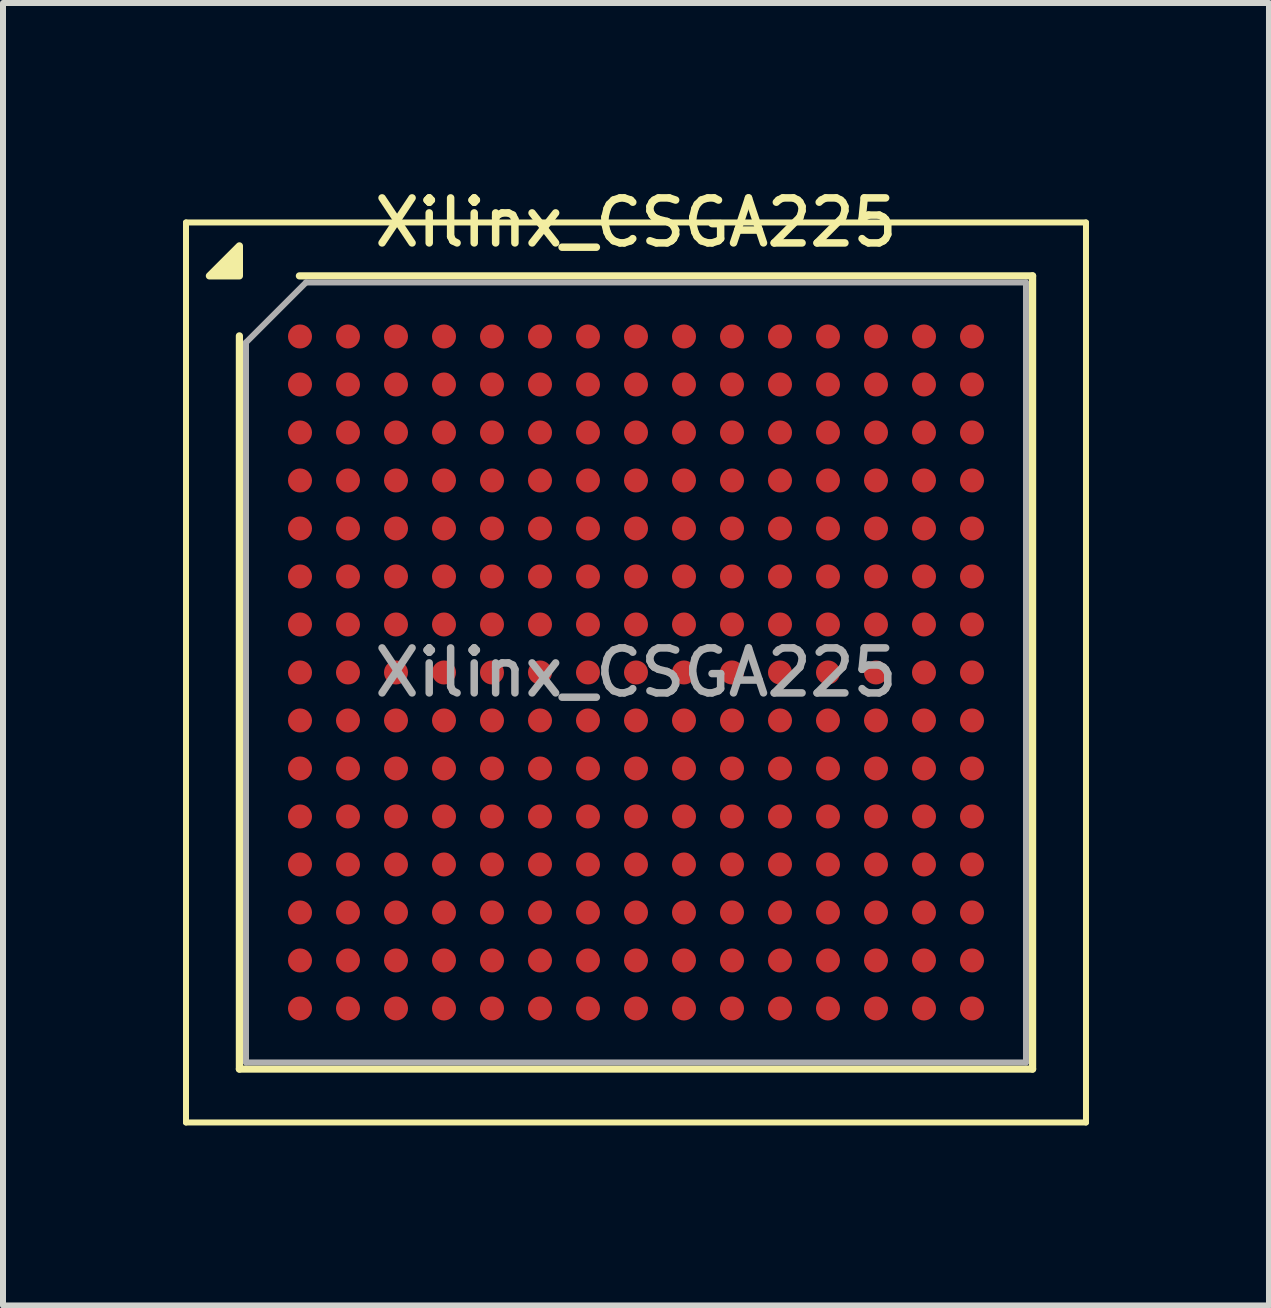
<source format=kicad_pcb>
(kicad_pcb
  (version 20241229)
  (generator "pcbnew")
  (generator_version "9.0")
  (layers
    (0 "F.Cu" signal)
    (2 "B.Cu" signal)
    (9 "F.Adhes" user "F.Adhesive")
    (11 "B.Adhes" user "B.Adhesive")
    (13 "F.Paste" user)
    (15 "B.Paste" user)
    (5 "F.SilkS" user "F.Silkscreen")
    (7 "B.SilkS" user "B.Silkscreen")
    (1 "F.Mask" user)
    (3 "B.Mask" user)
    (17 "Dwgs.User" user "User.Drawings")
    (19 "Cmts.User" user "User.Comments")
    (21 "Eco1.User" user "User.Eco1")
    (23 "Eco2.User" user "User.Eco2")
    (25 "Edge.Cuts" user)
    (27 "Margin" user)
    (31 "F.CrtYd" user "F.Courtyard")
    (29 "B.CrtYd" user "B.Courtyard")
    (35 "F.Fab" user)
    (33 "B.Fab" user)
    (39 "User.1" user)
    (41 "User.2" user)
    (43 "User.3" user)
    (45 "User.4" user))
  (footprint "Xilinx_CSGA225"
    (layer "F.Cu")
    (at 7.55 8.158)
    (property "Reference" "Xilinx_CSGA225" (at 0 -7.5 0) (layer "F.SilkS") (effects (font (size 0.75 0.75) (thickness 0.125))))
    (attr smd)
    (fp_line (start -7.5 -7.5) (end -7.5 7.5) (stroke (width 0.1) (type solid)) (layer "F.SilkS"))
    (fp_line (start -7.5 7.5) (end 7.5 7.5) (stroke (width 0.1) (type solid)) (layer "F.SilkS"))
    (fp_line (start -6.61 6.61) (end -6.61 -5.61) (stroke (width 0.12) (type solid)) (layer "F.SilkS"))
    (fp_line (start -5.61 -6.61) (end 6.61 -6.61) (stroke (width 0.12) (type solid)) (layer "F.SilkS"))
    (fp_line (start 6.61 -6.61) (end 6.61 6.61) (stroke (width 0.12) (type solid)) (layer "F.SilkS"))
    (fp_line (start 6.61 6.61) (end -6.61 6.61) (stroke (width 0.12) (type solid)) (layer "F.SilkS"))
    (fp_line (start 7.5 -7.5) (end -7.5 -7.5) (stroke (width 0.1) (type solid)) (layer "F.SilkS"))
    (fp_line (start 7.5 7.5) (end 7.5 -7.5) (stroke (width 0.1) (type solid)) (layer "F.SilkS"))
    (fp_poly (pts (xy -6.61 -6.61) (xy -7.11 -6.61) (xy -6.61 -7.11) (xy -6.61 -6.61)) (stroke (width 0.12) (type solid)) (fill yes) (layer "F.SilkS"))
    (fp_line (start -6.5 -5.5) (end -5.5 -6.5) (stroke (width 0.1) (type solid)) (layer "F.Fab"))
    (fp_line (start -6.5 6.5) (end -6.5 -5.5) (stroke (width 0.1) (type solid)) (layer "F.Fab"))
    (fp_line (start -5.5 -6.5) (end 6.5 -6.5) (stroke (width 0.1) (type solid)) (layer "F.Fab"))
    (fp_line (start 6.5 -6.5) (end 6.5 6.5) (stroke (width 0.1) (type solid)) (layer "F.Fab"))
    (fp_line (start 6.5 6.5) (end -6.5 6.5) (stroke (width 0.1) (type solid)) (layer "F.Fab"))
    (fp_text user "${REFERENCE}" (at 0 0 0) (layer "F.Fab") (effects (font (size 0.75 0.75) (thickness 0.125))))
    (pad "A1" smd circle (at -5.6 -5.6) (size 0.4 0.4) (property pad_prop_bga) (layers "F.Cu" "F.Mask" "F.Paste"))
    (pad "A2" smd circle (at -4.8 -5.6) (size 0.4 0.4) (property pad_prop_bga) (layers "F.Cu" "F.Mask" "F.Paste"))
    (pad "A3" smd circle (at -4 -5.6) (size 0.4 0.4) (property pad_prop_bga) (layers "F.Cu" "F.Mask" "F.Paste"))
    (pad "A4" smd circle (at -3.2 -5.6) (size 0.4 0.4) (property pad_prop_bga) (layers "F.Cu" "F.Mask" "F.Paste"))
    (pad "A5" smd circle (at -2.4 -5.6) (size 0.4 0.4) (property pad_prop_bga) (layers "F.Cu" "F.Mask" "F.Paste"))
    (pad "A6" smd circle (at -1.6 -5.6) (size 0.4 0.4) (property pad_prop_bga) (layers "F.Cu" "F.Mask" "F.Paste"))
    (pad "A7" smd circle (at -0.8 -5.6) (size 0.4 0.4) (property pad_prop_bga) (layers "F.Cu" "F.Mask" "F.Paste"))
    (pad "A8" smd circle (at 0 -5.6) (size 0.4 0.4) (property pad_prop_bga) (layers "F.Cu" "F.Mask" "F.Paste"))
    (pad "A9" smd circle (at 0.8 -5.6) (size 0.4 0.4) (property pad_prop_bga) (layers "F.Cu" "F.Mask" "F.Paste"))
    (pad "A10" smd circle (at 1.6 -5.6) (size 0.4 0.4) (property pad_prop_bga) (layers "F.Cu" "F.Mask" "F.Paste"))
    (pad "A11" smd circle (at 2.4 -5.6) (size 0.4 0.4) (property pad_prop_bga) (layers "F.Cu" "F.Mask" "F.Paste"))
    (pad "A12" smd circle (at 3.2 -5.6) (size 0.4 0.4) (property pad_prop_bga) (layers "F.Cu" "F.Mask" "F.Paste"))
    (pad "A13" smd circle (at 4 -5.6) (size 0.4 0.4) (property pad_prop_bga) (layers "F.Cu" "F.Mask" "F.Paste"))
    (pad "A14" smd circle (at 4.8 -5.6) (size 0.4 0.4) (property pad_prop_bga) (layers "F.Cu" "F.Mask" "F.Paste"))
    (pad "A15" smd circle (at 5.6 -5.6) (size 0.4 0.4) (property pad_prop_bga) (layers "F.Cu" "F.Mask" "F.Paste"))
    (pad "B1" smd circle (at -5.6 -4.8) (size 0.4 0.4) (property pad_prop_bga) (layers "F.Cu" "F.Mask" "F.Paste"))
    (pad "B2" smd circle (at -4.8 -4.8) (size 0.4 0.4) (property pad_prop_bga) (layers "F.Cu" "F.Mask" "F.Paste"))
    (pad "B3" smd circle (at -4 -4.8) (size 0.4 0.4) (property pad_prop_bga) (layers "F.Cu" "F.Mask" "F.Paste"))
    (pad "B4" smd circle (at -3.2 -4.8) (size 0.4 0.4) (property pad_prop_bga) (layers "F.Cu" "F.Mask" "F.Paste"))
    (pad "B5" smd circle (at -2.4 -4.8) (size 0.4 0.4) (property pad_prop_bga) (layers "F.Cu" "F.Mask" "F.Paste"))
    (pad "B6" smd circle (at -1.6 -4.8) (size 0.4 0.4) (property pad_prop_bga) (layers "F.Cu" "F.Mask" "F.Paste"))
    (pad "B7" smd circle (at -0.8 -4.8) (size 0.4 0.4) (property pad_prop_bga) (layers "F.Cu" "F.Mask" "F.Paste"))
    (pad "B8" smd circle (at 0 -4.8) (size 0.4 0.4) (property pad_prop_bga) (layers "F.Cu" "F.Mask" "F.Paste"))
    (pad "B9" smd circle (at 0.8 -4.8) (size 0.4 0.4) (property pad_prop_bga) (layers "F.Cu" "F.Mask" "F.Paste"))
    (pad "B10" smd circle (at 1.6 -4.8) (size 0.4 0.4) (property pad_prop_bga) (layers "F.Cu" "F.Mask" "F.Paste"))
    (pad "B11" smd circle (at 2.4 -4.8) (size 0.4 0.4) (property pad_prop_bga) (layers "F.Cu" "F.Mask" "F.Paste"))
    (pad "B12" smd circle (at 3.2 -4.8) (size 0.4 0.4) (property pad_prop_bga) (layers "F.Cu" "F.Mask" "F.Paste"))
    (pad "B13" smd circle (at 4 -4.8) (size 0.4 0.4) (property pad_prop_bga) (layers "F.Cu" "F.Mask" "F.Paste"))
    (pad "B14" smd circle (at 4.8 -4.8) (size 0.4 0.4) (property pad_prop_bga) (layers "F.Cu" "F.Mask" "F.Paste"))
    (pad "B15" smd circle (at 5.6 -4.8) (size 0.4 0.4) (property pad_prop_bga) (layers "F.Cu" "F.Mask" "F.Paste"))
    (pad "C1" smd circle (at -5.6 -4) (size 0.4 0.4) (property pad_prop_bga) (layers "F.Cu" "F.Mask" "F.Paste"))
    (pad "C2" smd circle (at -4.8 -4) (size 0.4 0.4) (property pad_prop_bga) (layers "F.Cu" "F.Mask" "F.Paste"))
    (pad "C3" smd circle (at -4 -4) (size 0.4 0.4) (property pad_prop_bga) (layers "F.Cu" "F.Mask" "F.Paste"))
    (pad "C4" smd circle (at -3.2 -4) (size 0.4 0.4) (property pad_prop_bga) (layers "F.Cu" "F.Mask" "F.Paste"))
    (pad "C5" smd circle (at -2.4 -4) (size 0.4 0.4) (property pad_prop_bga) (layers "F.Cu" "F.Mask" "F.Paste"))
    (pad "C6" smd circle (at -1.6 -4) (size 0.4 0.4) (property pad_prop_bga) (layers "F.Cu" "F.Mask" "F.Paste"))
    (pad "C7" smd circle (at -0.8 -4) (size 0.4 0.4) (property pad_prop_bga) (layers "F.Cu" "F.Mask" "F.Paste"))
    (pad "C8" smd circle (at 0 -4) (size 0.4 0.4) (property pad_prop_bga) (layers "F.Cu" "F.Mask" "F.Paste"))
    (pad "C9" smd circle (at 0.8 -4) (size 0.4 0.4) (property pad_prop_bga) (layers "F.Cu" "F.Mask" "F.Paste"))
    (pad "C10" smd circle (at 1.6 -4) (size 0.4 0.4) (property pad_prop_bga) (layers "F.Cu" "F.Mask" "F.Paste"))
    (pad "C11" smd circle (at 2.4 -4) (size 0.4 0.4) (property pad_prop_bga) (layers "F.Cu" "F.Mask" "F.Paste"))
    (pad "C12" smd circle (at 3.2 -4) (size 0.4 0.4) (property pad_prop_bga) (layers "F.Cu" "F.Mask" "F.Paste"))
    (pad "C13" smd circle (at 4 -4) (size 0.4 0.4) (property pad_prop_bga) (layers "F.Cu" "F.Mask" "F.Paste"))
    (pad "C14" smd circle (at 4.8 -4) (size 0.4 0.4) (property pad_prop_bga) (layers "F.Cu" "F.Mask" "F.Paste"))
    (pad "C15" smd circle (at 5.6 -4) (size 0.4 0.4) (property pad_prop_bga) (layers "F.Cu" "F.Mask" "F.Paste"))
    (pad "D1" smd circle (at -5.6 -3.2) (size 0.4 0.4) (property pad_prop_bga) (layers "F.Cu" "F.Mask" "F.Paste"))
    (pad "D2" smd circle (at -4.8 -3.2) (size 0.4 0.4) (property pad_prop_bga) (layers "F.Cu" "F.Mask" "F.Paste"))
    (pad "D3" smd circle (at -4 -3.2) (size 0.4 0.4) (property pad_prop_bga) (layers "F.Cu" "F.Mask" "F.Paste"))
    (pad "D4" smd circle (at -3.2 -3.2) (size 0.4 0.4) (property pad_prop_bga) (layers "F.Cu" "F.Mask" "F.Paste"))
    (pad "D5" smd circle (at -2.4 -3.2) (size 0.4 0.4) (property pad_prop_bga) (layers "F.Cu" "F.Mask" "F.Paste"))
    (pad "D6" smd circle (at -1.6 -3.2) (size 0.4 0.4) (property pad_prop_bga) (layers "F.Cu" "F.Mask" "F.Paste"))
    (pad "D7" smd circle (at -0.8 -3.2) (size 0.4 0.4) (property pad_prop_bga) (layers "F.Cu" "F.Mask" "F.Paste"))
    (pad "D8" smd circle (at 0 -3.2) (size 0.4 0.4) (property pad_prop_bga) (layers "F.Cu" "F.Mask" "F.Paste"))
    (pad "D9" smd circle (at 0.8 -3.2) (size 0.4 0.4) (property pad_prop_bga) (layers "F.Cu" "F.Mask" "F.Paste"))
    (pad "D10" smd circle (at 1.6 -3.2) (size 0.4 0.4) (property pad_prop_bga) (layers "F.Cu" "F.Mask" "F.Paste"))
    (pad "D11" smd circle (at 2.4 -3.2) (size 0.4 0.4) (property pad_prop_bga) (layers "F.Cu" "F.Mask" "F.Paste"))
    (pad "D12" smd circle (at 3.2 -3.2) (size 0.4 0.4) (property pad_prop_bga) (layers "F.Cu" "F.Mask" "F.Paste"))
    (pad "D13" smd circle (at 4 -3.2) (size 0.4 0.4) (property pad_prop_bga) (layers "F.Cu" "F.Mask" "F.Paste"))
    (pad "D14" smd circle (at 4.8 -3.2) (size 0.4 0.4) (property pad_prop_bga) (layers "F.Cu" "F.Mask" "F.Paste"))
    (pad "D15" smd circle (at 5.6 -3.2) (size 0.4 0.4) (property pad_prop_bga) (layers "F.Cu" "F.Mask" "F.Paste"))
    (pad "E1" smd circle (at -5.6 -2.4) (size 0.4 0.4) (property pad_prop_bga) (layers "F.Cu" "F.Mask" "F.Paste"))
    (pad "E2" smd circle (at -4.8 -2.4) (size 0.4 0.4) (property pad_prop_bga) (layers "F.Cu" "F.Mask" "F.Paste"))
    (pad "E3" smd circle (at -4 -2.4) (size 0.4 0.4) (property pad_prop_bga) (layers "F.Cu" "F.Mask" "F.Paste"))
    (pad "E4" smd circle (at -3.2 -2.4) (size 0.4 0.4) (property pad_prop_bga) (layers "F.Cu" "F.Mask" "F.Paste"))
    (pad "E5" smd circle (at -2.4 -2.4) (size 0.4 0.4) (property pad_prop_bga) (layers "F.Cu" "F.Mask" "F.Paste"))
    (pad "E6" smd circle (at -1.6 -2.4) (size 0.4 0.4) (property pad_prop_bga) (layers "F.Cu" "F.Mask" "F.Paste"))
    (pad "E7" smd circle (at -0.8 -2.4) (size 0.4 0.4) (property pad_prop_bga) (layers "F.Cu" "F.Mask" "F.Paste"))
    (pad "E8" smd circle (at 0 -2.4) (size 0.4 0.4) (property pad_prop_bga) (layers "F.Cu" "F.Mask" "F.Paste"))
    (pad "E9" smd circle (at 0.8 -2.4) (size 0.4 0.4) (property pad_prop_bga) (layers "F.Cu" "F.Mask" "F.Paste"))
    (pad "E10" smd circle (at 1.6 -2.4) (size 0.4 0.4) (property pad_prop_bga) (layers "F.Cu" "F.Mask" "F.Paste"))
    (pad "E11" smd circle (at 2.4 -2.4) (size 0.4 0.4) (property pad_prop_bga) (layers "F.Cu" "F.Mask" "F.Paste"))
    (pad "E12" smd circle (at 3.2 -2.4) (size 0.4 0.4) (property pad_prop_bga) (layers "F.Cu" "F.Mask" "F.Paste"))
    (pad "E13" smd circle (at 4 -2.4) (size 0.4 0.4) (property pad_prop_bga) (layers "F.Cu" "F.Mask" "F.Paste"))
    (pad "E14" smd circle (at 4.8 -2.4) (size 0.4 0.4) (property pad_prop_bga) (layers "F.Cu" "F.Mask" "F.Paste"))
    (pad "E15" smd circle (at 5.6 -2.4) (size 0.4 0.4) (property pad_prop_bga) (layers "F.Cu" "F.Mask" "F.Paste"))
    (pad "F1" smd circle (at -5.6 -1.6) (size 0.4 0.4) (property pad_prop_bga) (layers "F.Cu" "F.Mask" "F.Paste"))
    (pad "F2" smd circle (at -4.8 -1.6) (size 0.4 0.4) (property pad_prop_bga) (layers "F.Cu" "F.Mask" "F.Paste"))
    (pad "F3" smd circle (at -4 -1.6) (size 0.4 0.4) (property pad_prop_bga) (layers "F.Cu" "F.Mask" "F.Paste"))
    (pad "F4" smd circle (at -3.2 -1.6) (size 0.4 0.4) (property pad_prop_bga) (layers "F.Cu" "F.Mask" "F.Paste"))
    (pad "F5" smd circle (at -2.4 -1.6) (size 0.4 0.4) (property pad_prop_bga) (layers "F.Cu" "F.Mask" "F.Paste"))
    (pad "F6" smd circle (at -1.6 -1.6) (size 0.4 0.4) (property pad_prop_bga) (layers "F.Cu" "F.Mask" "F.Paste"))
    (pad "F7" smd circle (at -0.8 -1.6) (size 0.4 0.4) (property pad_prop_bga) (layers "F.Cu" "F.Mask" "F.Paste"))
    (pad "F8" smd circle (at 0 -1.6) (size 0.4 0.4) (property pad_prop_bga) (layers "F.Cu" "F.Mask" "F.Paste"))
    (pad "F9" smd circle (at 0.8 -1.6) (size 0.4 0.4) (property pad_prop_bga) (layers "F.Cu" "F.Mask" "F.Paste"))
    (pad "F10" smd circle (at 1.6 -1.6) (size 0.4 0.4) (property pad_prop_bga) (layers "F.Cu" "F.Mask" "F.Paste"))
    (pad "F11" smd circle (at 2.4 -1.6) (size 0.4 0.4) (property pad_prop_bga) (layers "F.Cu" "F.Mask" "F.Paste"))
    (pad "F12" smd circle (at 3.2 -1.6) (size 0.4 0.4) (property pad_prop_bga) (layers "F.Cu" "F.Mask" "F.Paste"))
    (pad "F13" smd circle (at 4 -1.6) (size 0.4 0.4) (property pad_prop_bga) (layers "F.Cu" "F.Mask" "F.Paste"))
    (pad "F14" smd circle (at 4.8 -1.6) (size 0.4 0.4) (property pad_prop_bga) (layers "F.Cu" "F.Mask" "F.Paste"))
    (pad "F15" smd circle (at 5.6 -1.6) (size 0.4 0.4) (property pad_prop_bga) (layers "F.Cu" "F.Mask" "F.Paste"))
    (pad "G1" smd circle (at -5.6 -0.8) (size 0.4 0.4) (property pad_prop_bga) (layers "F.Cu" "F.Mask" "F.Paste"))
    (pad "G2" smd circle (at -4.8 -0.8) (size 0.4 0.4) (property pad_prop_bga) (layers "F.Cu" "F.Mask" "F.Paste"))
    (pad "G3" smd circle (at -4 -0.8) (size 0.4 0.4) (property pad_prop_bga) (layers "F.Cu" "F.Mask" "F.Paste"))
    (pad "G4" smd circle (at -3.2 -0.8) (size 0.4 0.4) (property pad_prop_bga) (layers "F.Cu" "F.Mask" "F.Paste"))
    (pad "G5" smd circle (at -2.4 -0.8) (size 0.4 0.4) (property pad_prop_bga) (layers "F.Cu" "F.Mask" "F.Paste"))
    (pad "G6" smd circle (at -1.6 -0.8) (size 0.4 0.4) (property pad_prop_bga) (layers "F.Cu" "F.Mask" "F.Paste"))
    (pad "G7" smd circle (at -0.8 -0.8) (size 0.4 0.4) (property pad_prop_bga) (layers "F.Cu" "F.Mask" "F.Paste"))
    (pad "G8" smd circle (at 0 -0.8) (size 0.4 0.4) (property pad_prop_bga) (layers "F.Cu" "F.Mask" "F.Paste"))
    (pad "G9" smd circle (at 0.8 -0.8) (size 0.4 0.4) (property pad_prop_bga) (layers "F.Cu" "F.Mask" "F.Paste"))
    (pad "G10" smd circle (at 1.6 -0.8) (size 0.4 0.4) (property pad_prop_bga) (layers "F.Cu" "F.Mask" "F.Paste"))
    (pad "G11" smd circle (at 2.4 -0.8) (size 0.4 0.4) (property pad_prop_bga) (layers "F.Cu" "F.Mask" "F.Paste"))
    (pad "G12" smd circle (at 3.2 -0.8) (size 0.4 0.4) (property pad_prop_bga) (layers "F.Cu" "F.Mask" "F.Paste"))
    (pad "G13" smd circle (at 4 -0.8) (size 0.4 0.4) (property pad_prop_bga) (layers "F.Cu" "F.Mask" "F.Paste"))
    (pad "G14" smd circle (at 4.8 -0.8) (size 0.4 0.4) (property pad_prop_bga) (layers "F.Cu" "F.Mask" "F.Paste"))
    (pad "G15" smd circle (at 5.6 -0.8) (size 0.4 0.4) (property pad_prop_bga) (layers "F.Cu" "F.Mask" "F.Paste"))
    (pad "H1" smd circle (at -5.6 0) (size 0.4 0.4) (property pad_prop_bga) (layers "F.Cu" "F.Mask" "F.Paste"))
    (pad "H2" smd circle (at -4.8 0) (size 0.4 0.4) (property pad_prop_bga) (layers "F.Cu" "F.Mask" "F.Paste"))
    (pad "H3" smd circle (at -4 0) (size 0.4 0.4) (property pad_prop_bga) (layers "F.Cu" "F.Mask" "F.Paste"))
    (pad "H4" smd circle (at -3.2 0) (size 0.4 0.4) (property pad_prop_bga) (layers "F.Cu" "F.Mask" "F.Paste"))
    (pad "H5" smd circle (at -2.4 0) (size 0.4 0.4) (property pad_prop_bga) (layers "F.Cu" "F.Mask" "F.Paste"))
    (pad "H6" smd circle (at -1.6 0) (size 0.4 0.4) (property pad_prop_bga) (layers "F.Cu" "F.Mask" "F.Paste"))
    (pad "H7" smd circle (at -0.8 0) (size 0.4 0.4) (property pad_prop_bga) (layers "F.Cu" "F.Mask" "F.Paste"))
    (pad "H8" smd circle (at 0 0) (size 0.4 0.4) (property pad_prop_bga) (layers "F.Cu" "F.Mask" "F.Paste"))
    (pad "H9" smd circle (at 0.8 0) (size 0.4 0.4) (property pad_prop_bga) (layers "F.Cu" "F.Mask" "F.Paste"))
    (pad "H10" smd circle (at 1.6 0) (size 0.4 0.4) (property pad_prop_bga) (layers "F.Cu" "F.Mask" "F.Paste"))
    (pad "H11" smd circle (at 2.4 0) (size 0.4 0.4) (property pad_prop_bga) (layers "F.Cu" "F.Mask" "F.Paste"))
    (pad "H12" smd circle (at 3.2 0) (size 0.4 0.4) (property pad_prop_bga) (layers "F.Cu" "F.Mask" "F.Paste"))
    (pad "H13" smd circle (at 4 0) (size 0.4 0.4) (property pad_prop_bga) (layers "F.Cu" "F.Mask" "F.Paste"))
    (pad "H14" smd circle (at 4.8 0) (size 0.4 0.4) (property pad_prop_bga) (layers "F.Cu" "F.Mask" "F.Paste"))
    (pad "H15" smd circle (at 5.6 0) (size 0.4 0.4) (property pad_prop_bga) (layers "F.Cu" "F.Mask" "F.Paste"))
    (pad "J1" smd circle (at -5.6 0.8) (size 0.4 0.4) (property pad_prop_bga) (layers "F.Cu" "F.Mask" "F.Paste"))
    (pad "J2" smd circle (at -4.8 0.8) (size 0.4 0.4) (property pad_prop_bga) (layers "F.Cu" "F.Mask" "F.Paste"))
    (pad "J3" smd circle (at -4 0.8) (size 0.4 0.4) (property pad_prop_bga) (layers "F.Cu" "F.Mask" "F.Paste"))
    (pad "J4" smd circle (at -3.2 0.8) (size 0.4 0.4) (property pad_prop_bga) (layers "F.Cu" "F.Mask" "F.Paste"))
    (pad "J5" smd circle (at -2.4 0.8) (size 0.4 0.4) (property pad_prop_bga) (layers "F.Cu" "F.Mask" "F.Paste"))
    (pad "J6" smd circle (at -1.6 0.8) (size 0.4 0.4) (property pad_prop_bga) (layers "F.Cu" "F.Mask" "F.Paste"))
    (pad "J7" smd circle (at -0.8 0.8) (size 0.4 0.4) (property pad_prop_bga) (layers "F.Cu" "F.Mask" "F.Paste"))
    (pad "J8" smd circle (at 0 0.8) (size 0.4 0.4) (property pad_prop_bga) (layers "F.Cu" "F.Mask" "F.Paste"))
    (pad "J9" smd circle (at 0.8 0.8) (size 0.4 0.4) (property pad_prop_bga) (layers "F.Cu" "F.Mask" "F.Paste"))
    (pad "J10" smd circle (at 1.6 0.8) (size 0.4 0.4) (property pad_prop_bga) (layers "F.Cu" "F.Mask" "F.Paste"))
    (pad "J11" smd circle (at 2.4 0.8) (size 0.4 0.4) (property pad_prop_bga) (layers "F.Cu" "F.Mask" "F.Paste"))
    (pad "J12" smd circle (at 3.2 0.8) (size 0.4 0.4) (property pad_prop_bga) (layers "F.Cu" "F.Mask" "F.Paste"))
    (pad "J13" smd circle (at 4 0.8) (size 0.4 0.4) (property pad_prop_bga) (layers "F.Cu" "F.Mask" "F.Paste"))
    (pad "J14" smd circle (at 4.8 0.8) (size 0.4 0.4) (property pad_prop_bga) (layers "F.Cu" "F.Mask" "F.Paste"))
    (pad "J15" smd circle (at 5.6 0.8) (size 0.4 0.4) (property pad_prop_bga) (layers "F.Cu" "F.Mask" "F.Paste"))
    (pad "K1" smd circle (at -5.6 1.6) (size 0.4 0.4) (property pad_prop_bga) (layers "F.Cu" "F.Mask" "F.Paste"))
    (pad "K2" smd circle (at -4.8 1.6) (size 0.4 0.4) (property pad_prop_bga) (layers "F.Cu" "F.Mask" "F.Paste"))
    (pad "K3" smd circle (at -4 1.6) (size 0.4 0.4) (property pad_prop_bga) (layers "F.Cu" "F.Mask" "F.Paste"))
    (pad "K4" smd circle (at -3.2 1.6) (size 0.4 0.4) (property pad_prop_bga) (layers "F.Cu" "F.Mask" "F.Paste"))
    (pad "K5" smd circle (at -2.4 1.6) (size 0.4 0.4) (property pad_prop_bga) (layers "F.Cu" "F.Mask" "F.Paste"))
    (pad "K6" smd circle (at -1.6 1.6) (size 0.4 0.4) (property pad_prop_bga) (layers "F.Cu" "F.Mask" "F.Paste"))
    (pad "K7" smd circle (at -0.8 1.6) (size 0.4 0.4) (property pad_prop_bga) (layers "F.Cu" "F.Mask" "F.Paste"))
    (pad "K8" smd circle (at 0 1.6) (size 0.4 0.4) (property pad_prop_bga) (layers "F.Cu" "F.Mask" "F.Paste"))
    (pad "K9" smd circle (at 0.8 1.6) (size 0.4 0.4) (property pad_prop_bga) (layers "F.Cu" "F.Mask" "F.Paste"))
    (pad "K10" smd circle (at 1.6 1.6) (size 0.4 0.4) (property pad_prop_bga) (layers "F.Cu" "F.Mask" "F.Paste"))
    (pad "K11" smd circle (at 2.4 1.6) (size 0.4 0.4) (property pad_prop_bga) (layers "F.Cu" "F.Mask" "F.Paste"))
    (pad "K12" smd circle (at 3.2 1.6) (size 0.4 0.4) (property pad_prop_bga) (layers "F.Cu" "F.Mask" "F.Paste"))
    (pad "K13" smd circle (at 4 1.6) (size 0.4 0.4) (property pad_prop_bga) (layers "F.Cu" "F.Mask" "F.Paste"))
    (pad "K14" smd circle (at 4.8 1.6) (size 0.4 0.4) (property pad_prop_bga) (layers "F.Cu" "F.Mask" "F.Paste"))
    (pad "K15" smd circle (at 5.6 1.6) (size 0.4 0.4) (property pad_prop_bga) (layers "F.Cu" "F.Mask" "F.Paste"))
    (pad "L1" smd circle (at -5.6 2.4) (size 0.4 0.4) (property pad_prop_bga) (layers "F.Cu" "F.Mask" "F.Paste"))
    (pad "L2" smd circle (at -4.8 2.4) (size 0.4 0.4) (property pad_prop_bga) (layers "F.Cu" "F.Mask" "F.Paste"))
    (pad "L3" smd circle (at -4 2.4) (size 0.4 0.4) (property pad_prop_bga) (layers "F.Cu" "F.Mask" "F.Paste"))
    (pad "L4" smd circle (at -3.2 2.4) (size 0.4 0.4) (property pad_prop_bga) (layers "F.Cu" "F.Mask" "F.Paste"))
    (pad "L5" smd circle (at -2.4 2.4) (size 0.4 0.4) (property pad_prop_bga) (layers "F.Cu" "F.Mask" "F.Paste"))
    (pad "L6" smd circle (at -1.6 2.4) (size 0.4 0.4) (property pad_prop_bga) (layers "F.Cu" "F.Mask" "F.Paste"))
    (pad "L7" smd circle (at -0.8 2.4) (size 0.4 0.4) (property pad_prop_bga) (layers "F.Cu" "F.Mask" "F.Paste"))
    (pad "L8" smd circle (at 0 2.4) (size 0.4 0.4) (property pad_prop_bga) (layers "F.Cu" "F.Mask" "F.Paste"))
    (pad "L9" smd circle (at 0.8 2.4) (size 0.4 0.4) (property pad_prop_bga) (layers "F.Cu" "F.Mask" "F.Paste"))
    (pad "L10" smd circle (at 1.6 2.4) (size 0.4 0.4) (property pad_prop_bga) (layers "F.Cu" "F.Mask" "F.Paste"))
    (pad "L11" smd circle (at 2.4 2.4) (size 0.4 0.4) (property pad_prop_bga) (layers "F.Cu" "F.Mask" "F.Paste"))
    (pad "L12" smd circle (at 3.2 2.4) (size 0.4 0.4) (property pad_prop_bga) (layers "F.Cu" "F.Mask" "F.Paste"))
    (pad "L13" smd circle (at 4 2.4) (size 0.4 0.4) (property pad_prop_bga) (layers "F.Cu" "F.Mask" "F.Paste"))
    (pad "L14" smd circle (at 4.8 2.4) (size 0.4 0.4) (property pad_prop_bga) (layers "F.Cu" "F.Mask" "F.Paste"))
    (pad "L15" smd circle (at 5.6 2.4) (size 0.4 0.4) (property pad_prop_bga) (layers "F.Cu" "F.Mask" "F.Paste"))
    (pad "M1" smd circle (at -5.6 3.2) (size 0.4 0.4) (property pad_prop_bga) (layers "F.Cu" "F.Mask" "F.Paste"))
    (pad "M2" smd circle (at -4.8 3.2) (size 0.4 0.4) (property pad_prop_bga) (layers "F.Cu" "F.Mask" "F.Paste"))
    (pad "M3" smd circle (at -4 3.2) (size 0.4 0.4) (property pad_prop_bga) (layers "F.Cu" "F.Mask" "F.Paste"))
    (pad "M4" smd circle (at -3.2 3.2) (size 0.4 0.4) (property pad_prop_bga) (layers "F.Cu" "F.Mask" "F.Paste"))
    (pad "M5" smd circle (at -2.4 3.2) (size 0.4 0.4) (property pad_prop_bga) (layers "F.Cu" "F.Mask" "F.Paste"))
    (pad "M6" smd circle (at -1.6 3.2) (size 0.4 0.4) (property pad_prop_bga) (layers "F.Cu" "F.Mask" "F.Paste"))
    (pad "M7" smd circle (at -0.8 3.2) (size 0.4 0.4) (property pad_prop_bga) (layers "F.Cu" "F.Mask" "F.Paste"))
    (pad "M8" smd circle (at 0 3.2) (size 0.4 0.4) (property pad_prop_bga) (layers "F.Cu" "F.Mask" "F.Paste"))
    (pad "M9" smd circle (at 0.8 3.2) (size 0.4 0.4) (property pad_prop_bga) (layers "F.Cu" "F.Mask" "F.Paste"))
    (pad "M10" smd circle (at 1.6 3.2) (size 0.4 0.4) (property pad_prop_bga) (layers "F.Cu" "F.Mask" "F.Paste"))
    (pad "M11" smd circle (at 2.4 3.2) (size 0.4 0.4) (property pad_prop_bga) (layers "F.Cu" "F.Mask" "F.Paste"))
    (pad "M12" smd circle (at 3.2 3.2) (size 0.4 0.4) (property pad_prop_bga) (layers "F.Cu" "F.Mask" "F.Paste"))
    (pad "M13" smd circle (at 4 3.2) (size 0.4 0.4) (property pad_prop_bga) (layers "F.Cu" "F.Mask" "F.Paste"))
    (pad "M14" smd circle (at 4.8 3.2) (size 0.4 0.4) (property pad_prop_bga) (layers "F.Cu" "F.Mask" "F.Paste"))
    (pad "M15" smd circle (at 5.6 3.2) (size 0.4 0.4) (property pad_prop_bga) (layers "F.Cu" "F.Mask" "F.Paste"))
    (pad "N1" smd circle (at -5.6 4) (size 0.4 0.4) (property pad_prop_bga) (layers "F.Cu" "F.Mask" "F.Paste"))
    (pad "N2" smd circle (at -4.8 4) (size 0.4 0.4) (property pad_prop_bga) (layers "F.Cu" "F.Mask" "F.Paste"))
    (pad "N3" smd circle (at -4 4) (size 0.4 0.4) (property pad_prop_bga) (layers "F.Cu" "F.Mask" "F.Paste"))
    (pad "N4" smd circle (at -3.2 4) (size 0.4 0.4) (property pad_prop_bga) (layers "F.Cu" "F.Mask" "F.Paste"))
    (pad "N5" smd circle (at -2.4 4) (size 0.4 0.4) (property pad_prop_bga) (layers "F.Cu" "F.Mask" "F.Paste"))
    (pad "N6" smd circle (at -1.6 4) (size 0.4 0.4) (property pad_prop_bga) (layers "F.Cu" "F.Mask" "F.Paste"))
    (pad "N7" smd circle (at -0.8 4) (size 0.4 0.4) (property pad_prop_bga) (layers "F.Cu" "F.Mask" "F.Paste"))
    (pad "N8" smd circle (at 0 4) (size 0.4 0.4) (property pad_prop_bga) (layers "F.Cu" "F.Mask" "F.Paste"))
    (pad "N9" smd circle (at 0.8 4) (size 0.4 0.4) (property pad_prop_bga) (layers "F.Cu" "F.Mask" "F.Paste"))
    (pad "N10" smd circle (at 1.6 4) (size 0.4 0.4) (property pad_prop_bga) (layers "F.Cu" "F.Mask" "F.Paste"))
    (pad "N11" smd circle (at 2.4 4) (size 0.4 0.4) (property pad_prop_bga) (layers "F.Cu" "F.Mask" "F.Paste"))
    (pad "N12" smd circle (at 3.2 4) (size 0.4 0.4) (property pad_prop_bga) (layers "F.Cu" "F.Mask" "F.Paste"))
    (pad "N13" smd circle (at 4 4) (size 0.4 0.4) (property pad_prop_bga) (layers "F.Cu" "F.Mask" "F.Paste"))
    (pad "N14" smd circle (at 4.8 4) (size 0.4 0.4) (property pad_prop_bga) (layers "F.Cu" "F.Mask" "F.Paste"))
    (pad "N15" smd circle (at 5.6 4) (size 0.4 0.4) (property pad_prop_bga) (layers "F.Cu" "F.Mask" "F.Paste"))
    (pad "P1" smd circle (at -5.6 4.8) (size 0.4 0.4) (property pad_prop_bga) (layers "F.Cu" "F.Mask" "F.Paste"))
    (pad "P2" smd circle (at -4.8 4.8) (size 0.4 0.4) (property pad_prop_bga) (layers "F.Cu" "F.Mask" "F.Paste"))
    (pad "P3" smd circle (at -4 4.8) (size 0.4 0.4) (property pad_prop_bga) (layers "F.Cu" "F.Mask" "F.Paste"))
    (pad "P4" smd circle (at -3.2 4.8) (size 0.4 0.4) (property pad_prop_bga) (layers "F.Cu" "F.Mask" "F.Paste"))
    (pad "P5" smd circle (at -2.4 4.8) (size 0.4 0.4) (property pad_prop_bga) (layers "F.Cu" "F.Mask" "F.Paste"))
    (pad "P6" smd circle (at -1.6 4.8) (size 0.4 0.4) (property pad_prop_bga) (layers "F.Cu" "F.Mask" "F.Paste"))
    (pad "P7" smd circle (at -0.8 4.8) (size 0.4 0.4) (property pad_prop_bga) (layers "F.Cu" "F.Mask" "F.Paste"))
    (pad "P8" smd circle (at 0 4.8) (size 0.4 0.4) (property pad_prop_bga) (layers "F.Cu" "F.Mask" "F.Paste"))
    (pad "P9" smd circle (at 0.8 4.8) (size 0.4 0.4) (property pad_prop_bga) (layers "F.Cu" "F.Mask" "F.Paste"))
    (pad "P10" smd circle (at 1.6 4.8) (size 0.4 0.4) (property pad_prop_bga) (layers "F.Cu" "F.Mask" "F.Paste"))
    (pad "P11" smd circle (at 2.4 4.8) (size 0.4 0.4) (property pad_prop_bga) (layers "F.Cu" "F.Mask" "F.Paste"))
    (pad "P12" smd circle (at 3.2 4.8) (size 0.4 0.4) (property pad_prop_bga) (layers "F.Cu" "F.Mask" "F.Paste"))
    (pad "P13" smd circle (at 4 4.8) (size 0.4 0.4) (property pad_prop_bga) (layers "F.Cu" "F.Mask" "F.Paste"))
    (pad "P14" smd circle (at 4.8 4.8) (size 0.4 0.4) (property pad_prop_bga) (layers "F.Cu" "F.Mask" "F.Paste"))
    (pad "P15" smd circle (at 5.6 4.8) (size 0.4 0.4) (property pad_prop_bga) (layers "F.Cu" "F.Mask" "F.Paste"))
    (pad "R1" smd circle (at -5.6 5.6) (size 0.4 0.4) (property pad_prop_bga) (layers "F.Cu" "F.Mask" "F.Paste"))
    (pad "R2" smd circle (at -4.8 5.6) (size 0.4 0.4) (property pad_prop_bga) (layers "F.Cu" "F.Mask" "F.Paste"))
    (pad "R3" smd circle (at -4 5.6) (size 0.4 0.4) (property pad_prop_bga) (layers "F.Cu" "F.Mask" "F.Paste"))
    (pad "R4" smd circle (at -3.2 5.6) (size 0.4 0.4) (property pad_prop_bga) (layers "F.Cu" "F.Mask" "F.Paste"))
    (pad "R5" smd circle (at -2.4 5.6) (size 0.4 0.4) (property pad_prop_bga) (layers "F.Cu" "F.Mask" "F.Paste"))
    (pad "R6" smd circle (at -1.6 5.6) (size 0.4 0.4) (property pad_prop_bga) (layers "F.Cu" "F.Mask" "F.Paste"))
    (pad "R7" smd circle (at -0.8 5.6) (size 0.4 0.4) (property pad_prop_bga) (layers "F.Cu" "F.Mask" "F.Paste"))
    (pad "R8" smd circle (at 0 5.6) (size 0.4 0.4) (property pad_prop_bga) (layers "F.Cu" "F.Mask" "F.Paste"))
    (pad "R9" smd circle (at 0.8 5.6) (size 0.4 0.4) (property pad_prop_bga) (layers "F.Cu" "F.Mask" "F.Paste"))
    (pad "R10" smd circle (at 1.6 5.6) (size 0.4 0.4) (property pad_prop_bga) (layers "F.Cu" "F.Mask" "F.Paste"))
    (pad "R11" smd circle (at 2.4 5.6) (size 0.4 0.4) (property pad_prop_bga) (layers "F.Cu" "F.Mask" "F.Paste"))
    (pad "R12" smd circle (at 3.2 5.6) (size 0.4 0.4) (property pad_prop_bga) (layers "F.Cu" "F.Mask" "F.Paste"))
    (pad "R13" smd circle (at 4 5.6) (size 0.4 0.4) (property pad_prop_bga) (layers "F.Cu" "F.Mask" "F.Paste"))
    (pad "R14" smd circle (at 4.8 5.6) (size 0.4 0.4) (property pad_prop_bga) (layers "F.Cu" "F.Mask" "F.Paste"))
    (pad "R15" smd circle (at 5.6 5.6) (size 0.4 0.4) (property pad_prop_bga) (layers "F.Cu" "F.Mask" "F.Paste")))
  (gr_rect
    (start -3 -3)
    (end 18.1 18.708)
    (stroke (width 0.1) (type default))
    (fill no)
    (layer "Edge.Cuts")))
</source>
